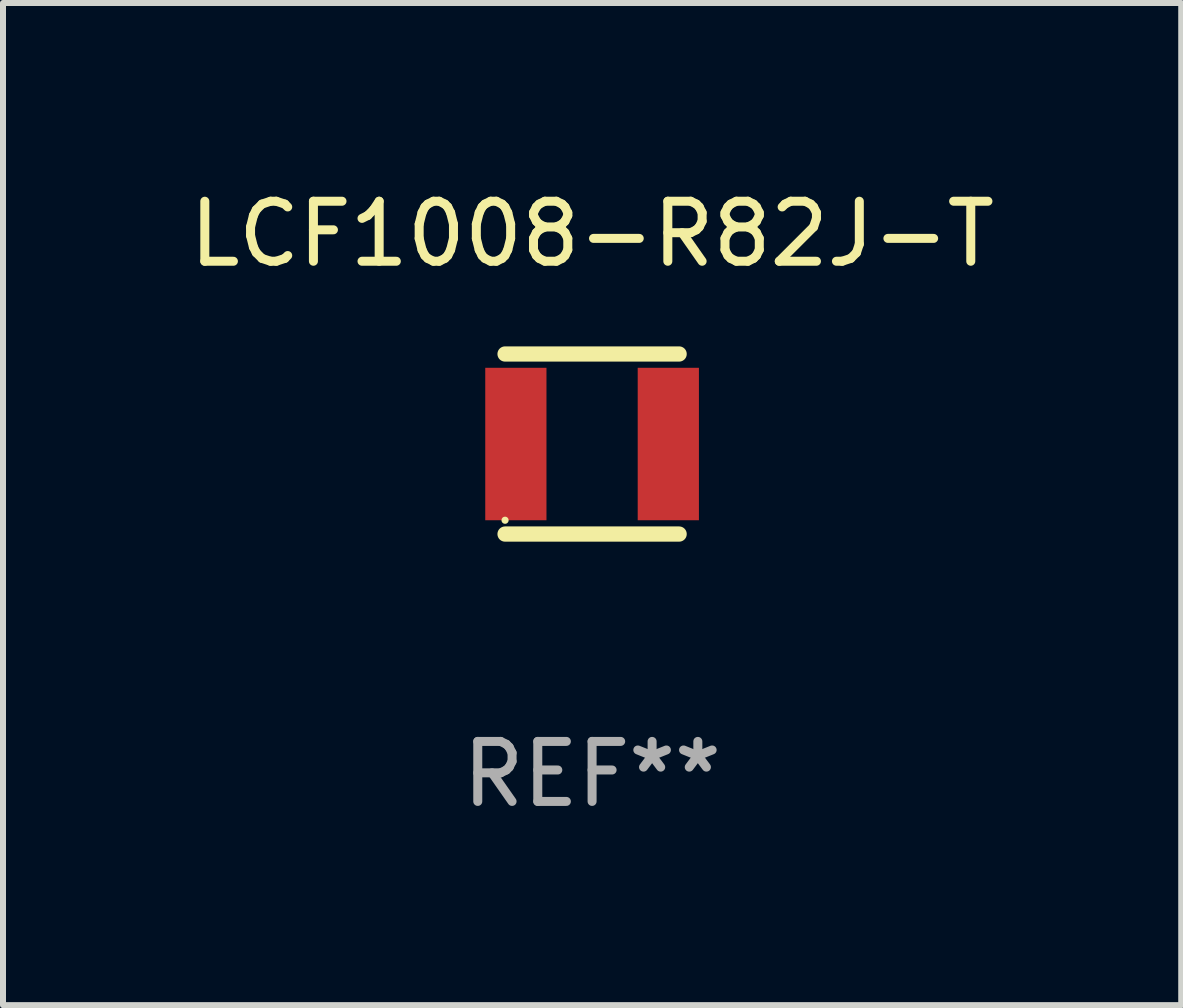
<source format=kicad_pcb>
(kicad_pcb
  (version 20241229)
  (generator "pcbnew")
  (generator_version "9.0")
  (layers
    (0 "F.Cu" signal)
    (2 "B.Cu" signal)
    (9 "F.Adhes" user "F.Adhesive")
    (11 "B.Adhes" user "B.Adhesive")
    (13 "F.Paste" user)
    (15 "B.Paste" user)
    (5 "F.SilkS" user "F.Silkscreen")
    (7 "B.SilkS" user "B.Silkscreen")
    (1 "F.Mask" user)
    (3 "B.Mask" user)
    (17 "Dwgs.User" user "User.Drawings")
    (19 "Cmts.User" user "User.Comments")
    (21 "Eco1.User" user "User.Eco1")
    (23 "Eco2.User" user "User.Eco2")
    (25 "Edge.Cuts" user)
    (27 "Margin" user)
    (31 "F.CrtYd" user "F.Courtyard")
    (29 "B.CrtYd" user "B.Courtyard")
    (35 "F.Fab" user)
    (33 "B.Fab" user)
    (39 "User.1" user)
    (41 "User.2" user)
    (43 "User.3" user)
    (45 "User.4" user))
  (footprint "LCF1008-R82J-T"
    (layer "F.Cu")
    (at 6.815 4.348)
    (property "Reference" "LCF1008-R82J-T" (at 0 -3.5 0) (layer "F.SilkS") (effects (font (size 1 1) (thickness 0.15))))
    (attr through_hole)
    (fp_line (start -1.45 -1.5) (end 1.45 -1.5) (stroke (width 0.254) (type solid)) (layer "F.SilkS"))
    (fp_line (start -1.45 1.5) (end 1.45 1.5) (stroke (width 0.254) (type solid)) (layer "F.SilkS"))
    (fp_circle (center -1.45 1.27) (end -1.42 1.27) (stroke (width 0.06) (type solid)) (fill no) (layer "F.SilkS"))
    (fp_text user "REF**" (at 0 5.5 0) (layer "F.Fab") (effects (font (size 1 1) (thickness 0.15))))
    (pad "1" smd rect (at -1.27 0 90) (size 2.54 1.02) (layers "F.Cu" "F.Mask" "F.Paste"))
    (pad "2" smd rect (at 1.27 0 90) (size 2.54 1.02) (layers "F.Cu" "F.Mask" "F.Paste")))
  (gr_rect
    (start -3 -3)
    (end 16.631 13.697)
    (stroke (width 0.1) (type default))
    (fill no)
    (layer "Edge.Cuts")))
</source>
